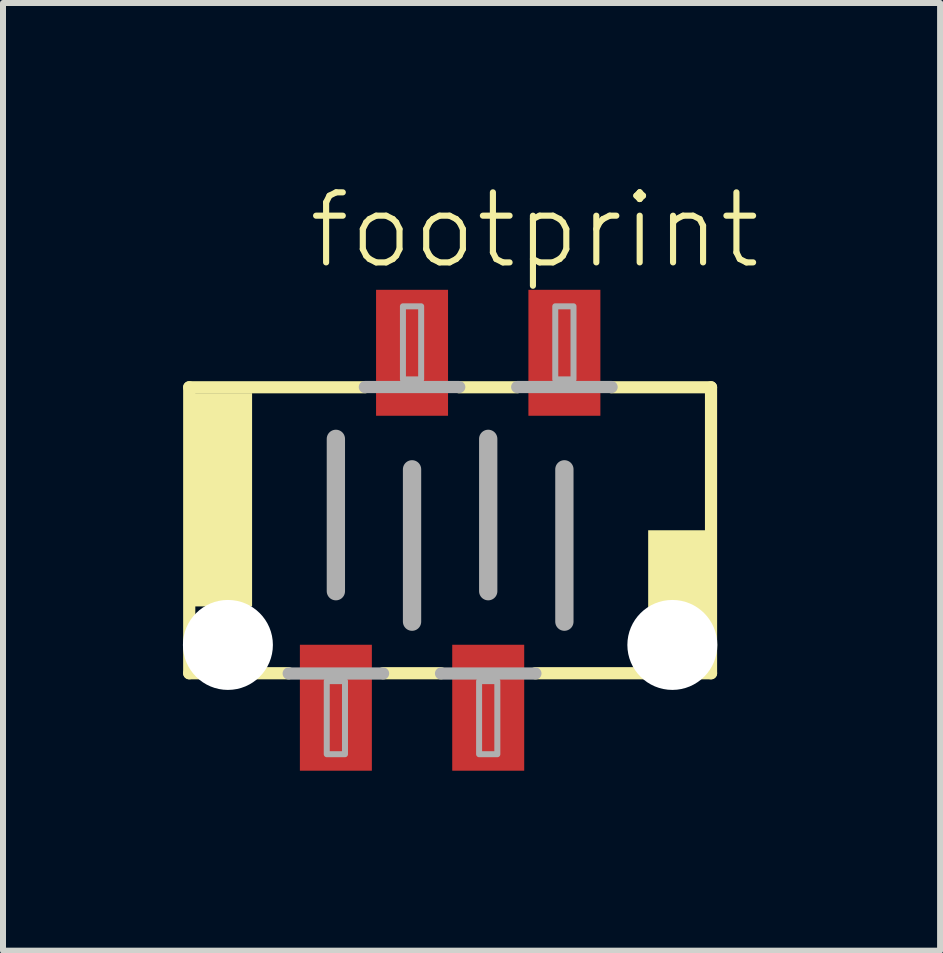
<source format=kicad_pcb>
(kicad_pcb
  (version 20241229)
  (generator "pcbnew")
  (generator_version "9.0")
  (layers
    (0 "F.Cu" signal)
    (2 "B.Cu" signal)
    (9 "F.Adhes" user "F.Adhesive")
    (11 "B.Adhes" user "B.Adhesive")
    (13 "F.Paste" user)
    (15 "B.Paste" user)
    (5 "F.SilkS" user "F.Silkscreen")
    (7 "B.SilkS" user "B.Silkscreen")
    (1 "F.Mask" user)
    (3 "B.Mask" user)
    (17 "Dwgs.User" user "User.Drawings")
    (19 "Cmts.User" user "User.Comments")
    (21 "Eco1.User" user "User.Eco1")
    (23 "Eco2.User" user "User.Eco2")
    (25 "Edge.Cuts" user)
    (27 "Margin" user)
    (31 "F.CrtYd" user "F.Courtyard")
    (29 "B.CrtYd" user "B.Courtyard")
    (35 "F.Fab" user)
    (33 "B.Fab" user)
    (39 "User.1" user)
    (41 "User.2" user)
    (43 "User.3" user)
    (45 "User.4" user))
  (footprint "footprint"
    (layer "F.Cu")
    (at 4.455 5.791)
    (property "Reference" "footprint" (at -2.413 -4.318 0) (layer "F.SilkS") (effects (font (size 1.168 1.168) (thickness 0.102)) (justify left bottom)))
    (fp_line (start -4.35 -2.384) (end -1.422 -2.384) (stroke (width 0.203) (type solid)) (layer "F.SilkS"))
    (fp_line (start -4.35 2.384) (end -4.35 -2.384) (stroke (width 0.203) (type solid)) (layer "F.SilkS"))
    (fp_line (start -2.692 2.384) (end -4.35 2.384) (stroke (width 0.203) (type solid)) (layer "F.SilkS"))
    (fp_line (start -0.152 2.384) (end -1.118 2.384) (stroke (width 0.203) (type solid)) (layer "F.SilkS"))
    (fp_line (start 0.152 -2.384) (end 1.118 -2.384) (stroke (width 0.203) (type solid)) (layer "F.SilkS"))
    (fp_line (start 2.692 -2.384) (end 4.35 -2.384) (stroke (width 0.203) (type solid)) (layer "F.SilkS"))
    (fp_line (start 4.35 -2.384) (end 4.35 2.384) (stroke (width 0.203) (type solid)) (layer "F.SilkS"))
    (fp_line (start 4.35 2.384) (end 1.422 2.384) (stroke (width 0.203) (type solid)) (layer "F.SilkS"))
    (fp_poly (pts (xy -4.318 1.27) (xy -3.302 1.27) (xy -3.302 -2.286) (xy -4.318 -2.286)) (stroke (width 0) (type solid)) (fill yes) (layer "F.SilkS"))
    (fp_poly (pts (xy 3.302 2.286) (xy 4.318 2.286) (xy 4.318 0) (xy 3.302 0)) (stroke (width 0) (type solid)) (fill yes) (layer "F.SilkS"))
    (fp_line (start -1.905 -1.524) (end -1.905 1.016) (stroke (width 0.305) (type solid)) (layer "F.Fab"))
    (fp_line (start -1.422 -2.388) (end 0.152 -2.388) (stroke (width 0.203) (type solid)) (layer "F.Fab"))
    (fp_line (start -1.118 2.388) (end -2.692 2.388) (stroke (width 0.203) (type solid)) (layer "F.Fab"))
    (fp_line (start -0.635 -1.016) (end -0.635 1.524) (stroke (width 0.305) (type solid)) (layer "F.Fab"))
    (fp_line (start 0.635 -1.524) (end 0.635 1.016) (stroke (width 0.305) (type solid)) (layer "F.Fab"))
    (fp_line (start 1.118 -2.388) (end 2.692 -2.388) (stroke (width 0.203) (type solid)) (layer "F.Fab"))
    (fp_line (start 1.422 2.388) (end -0.152 2.388) (stroke (width 0.203) (type solid)) (layer "F.Fab"))
    (fp_line (start 1.905 -1.016) (end 1.905 1.524) (stroke (width 0.305) (type solid)) (layer "F.Fab"))
    (fp_poly (pts (xy -2.057 3.734) (xy -1.753 3.734) (xy -1.753 2.515) (xy -2.057 2.515)) (stroke (width 0.1) (type solid)) (fill no) (layer "F.Fab"))
    (fp_poly (pts (xy -0.787 -2.515) (xy -0.483 -2.515) (xy -0.483 -3.734) (xy -0.787 -3.734)) (stroke (width 0.1) (type solid)) (fill no) (layer "F.Fab"))
    (fp_poly (pts (xy 0.483 3.734) (xy 0.787 3.734) (xy 0.787 2.515) (xy 0.483 2.515)) (stroke (width 0.1) (type solid)) (fill no) (layer "F.Fab"))
    (fp_poly (pts (xy 1.753 -2.515) (xy 2.057 -2.515) (xy 2.057 -3.734) (xy 1.753 -3.734)) (stroke (width 0.1) (type solid)) (fill no) (layer "F.Fab"))
    (pad "" np_thru_hole circle (at -3.705 1.912) (size 1.5 1.5) (drill 1.5) (layers "*.Cu" "*.Mask"))
    (pad "" np_thru_hole circle (at 3.705 1.912) (size 1.5 1.5) (drill 1.5) (layers "*.Cu" "*.Mask"))
    (pad "1" smd rect (at -1.905 2.959) (size 1.2 2.1) (layers "F.Cu" "F.Mask" "F.Paste"))
    (pad "2" smd rect (at -0.635 -2.959) (size 1.2 2.1) (layers "F.Cu" "F.Mask" "F.Paste"))
    (pad "3" smd rect (at 0.635 2.959) (size 1.2 2.1) (layers "F.Cu" "F.Mask" "F.Paste"))
    (pad "4" smd rect (at 1.905 -2.959) (size 1.2 2.1) (layers "F.Cu" "F.Mask" "F.Paste")))
  (gr_rect
    (start -3 -3)
    (end 12.624 12.8)
    (stroke (width 0.1) (type default))
    (fill no)
    (layer "Edge.Cuts")))
</source>
